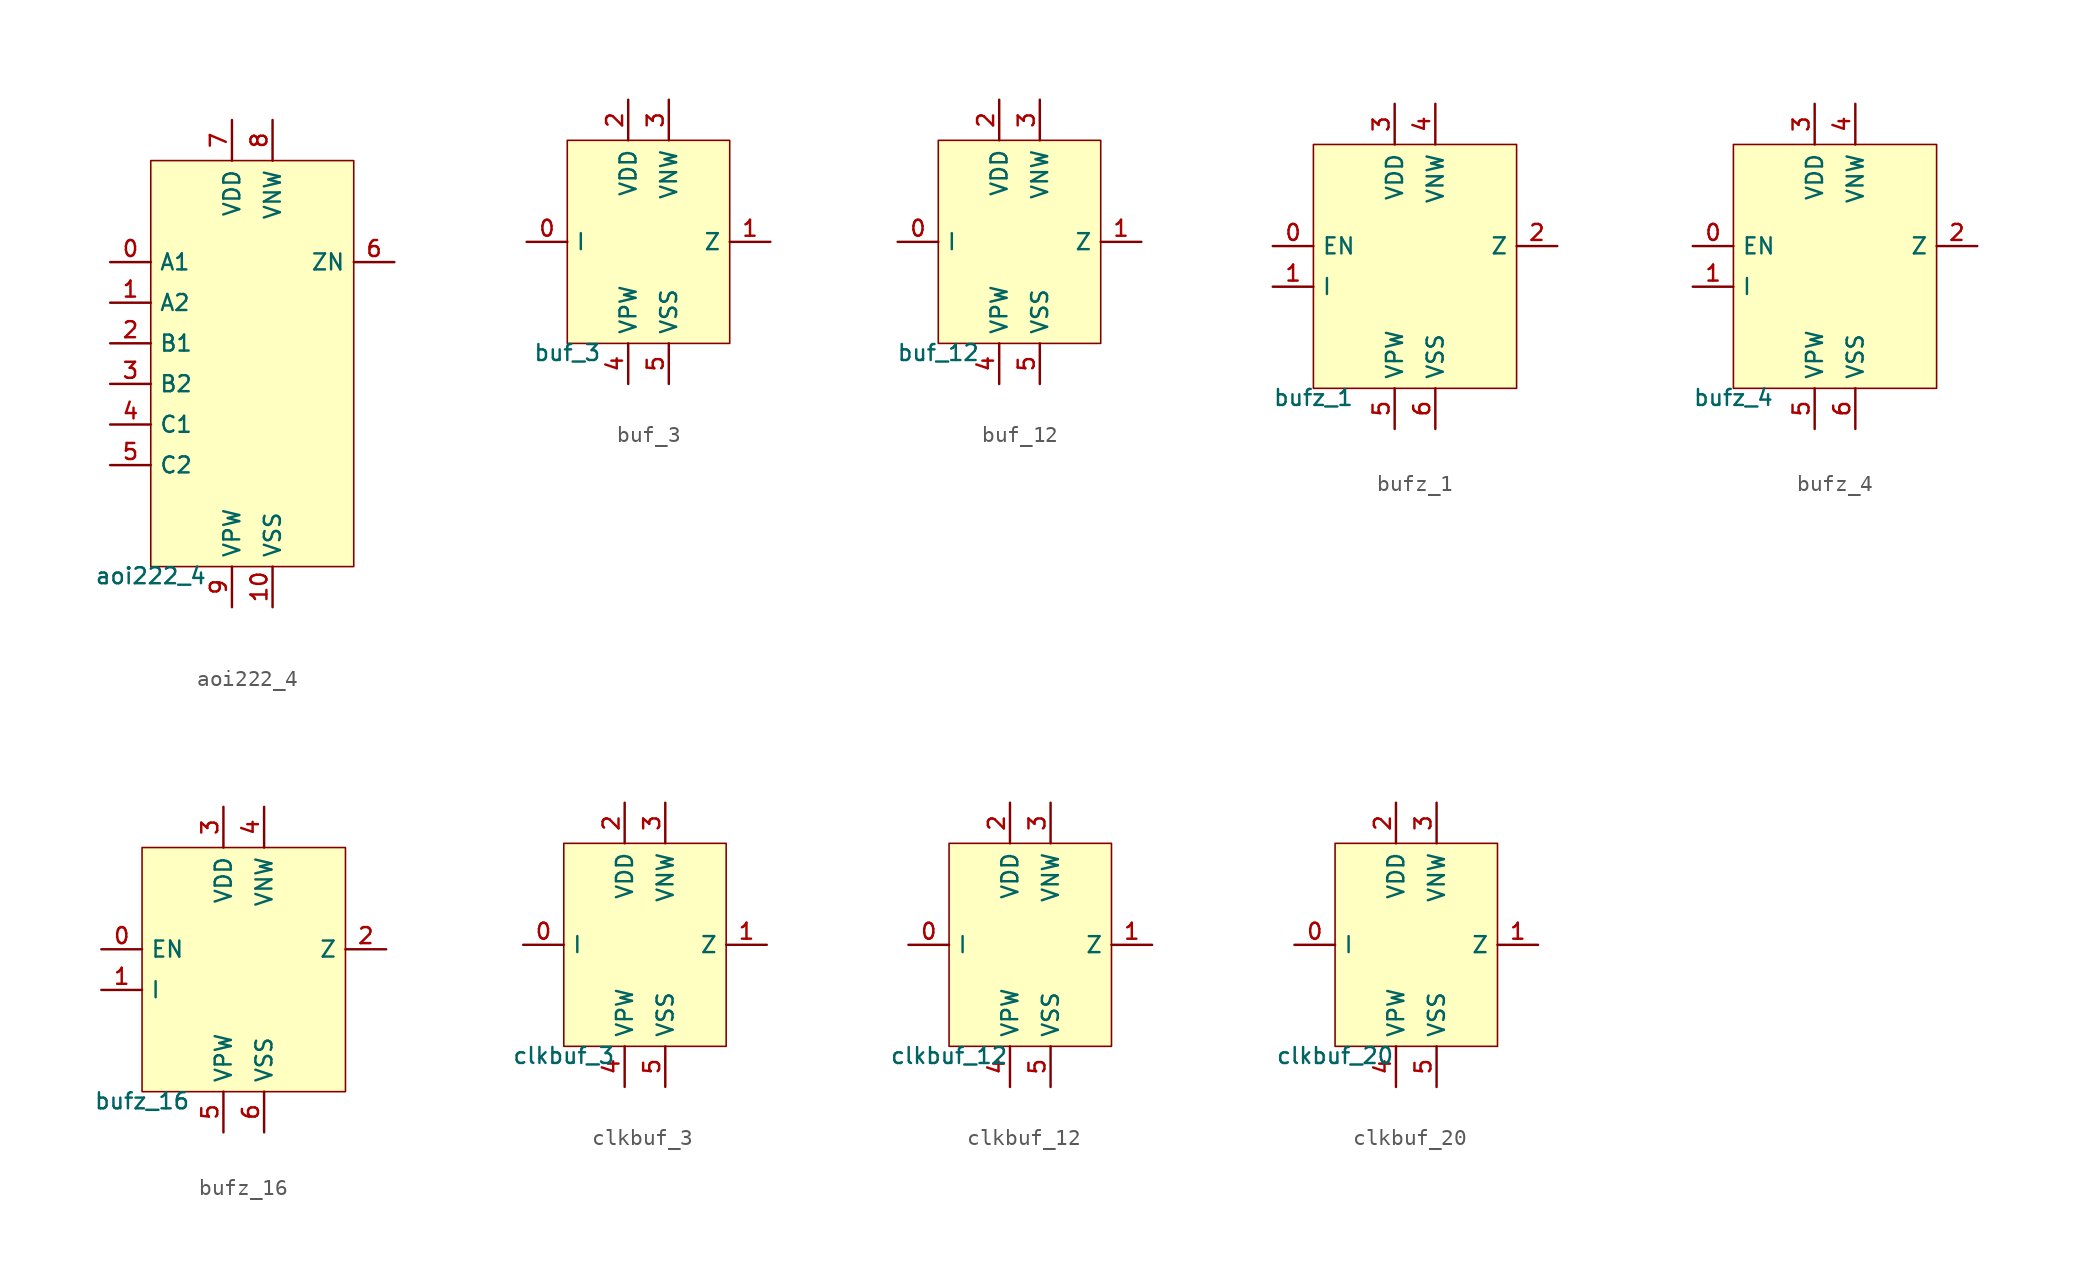
<source format=kicad_sym>
(kicad_symbol_lib
  (version 20211014)
  (generator pdk2kicad)
  (symbol "aoi222_4"
    (property "Reference" "X"
      (at 0 0 0)
      (effects (font (size 1 1)) hide))
    (property "Value" "aoi222_4"
      (at -6.35 -12.7 0)
      (effects (font (size 1 1)) (justify top)))
    (rectangle
      (start -6.35 -12.7)
      (end 6.35 12.7)
      (stroke (width 0.1) (type solid) (color 0 0 0 0))
      (fill (type background)))
    (pin input line
      (at -8.89 6.35 0)
      (length 2.54)
      (name "A1" (effects (font (size 1 1)) hide))
      (number "0" (effects (font (size 1 1)) hide)))
    (pin input line
      (at -8.89 3.81 0)
      (length 2.54)
      (name "A2" (effects (font (size 1 1)) hide))
      (number "1" (effects (font (size 1 1)) hide)))
    (pin input line
      (at -8.89 1.27 0)
      (length 2.54)
      (name "B1" (effects (font (size 1 1)) hide))
      (number "2" (effects (font (size 1 1)) hide)))
    (pin input line
      (at -8.89 -1.27 0)
      (length 2.54)
      (name "B2" (effects (font (size 1 1)) hide))
      (number "3" (effects (font (size 1 1)) hide)))
    (pin input line
      (at -8.89 -3.81 0)
      (length 2.54)
      (name "C1" (effects (font (size 1 1)) hide))
      (number "4" (effects (font (size 1 1)) hide)))
    (pin input line
      (at -8.89 -6.35 0)
      (length 2.54)
      (name "C2" (effects (font (size 1 1)) hide))
      (number "5" (effects (font (size 1 1)) hide)))
    (pin output line
      (at 8.89 6.35 180)
      (length 2.54)
      (name "ZN" (effects (font (size 1 1)) hide))
      (number "6" (effects (font (size 1 1)) hide)))
    (pin power_in line
      (at -1.27 15.24 270)
      (length 2.54)
      (name "VDD" (effects (font (size 1 1)) hide))
      (number "7" (effects (font (size 1 1)) hide)))
    (pin power_in line
      (at 1.27 15.24 270)
      (length 2.54)
      (name "VNW" (effects (font (size 1 1)) hide))
      (number "8" (effects (font (size 1 1)) hide)))
    (pin power_in line
      (at -1.27 -15.24 90)
      (length 2.54)
      (name "VPW" (effects (font (size 1 1)) hide))
      (number "9" (effects (font (size 1 1)) hide)))
    (pin power_in line
      (at 1.27 -15.24 90)
      (length 2.54)
      (name "VSS" (effects (font (size 1 1)) hide))
      (number "10" (effects (font (size 1 1)) hide))))
  (symbol "buf_3"
    (property "Reference" "X"
      (at 0 0 0)
      (effects (font (size 1 1)) hide))
    (property "Value" "buf_3"
      (at -5.08 -6.35 0)
      (effects (font (size 1 1)) (justify top)))
    (rectangle
      (start -5.08 -6.35)
      (end 5.08 6.35)
      (stroke (width 0.1) (type solid) (color 0 0 0 0))
      (fill (type background)))
    (pin input line
      (at -7.62 -4.440892098500626e-16 0)
      (length 2.54)
      (name "I" (effects (font (size 1 1)) hide))
      (number "0" (effects (font (size 1 1)) hide)))
    (pin output line
      (at 7.62 -4.440892098500626e-16 180)
      (length 2.54)
      (name "Z" (effects (font (size 1 1)) hide))
      (number "1" (effects (font (size 1 1)) hide)))
    (pin power_in line
      (at -1.27 8.89 270)
      (length 2.54)
      (name "VDD" (effects (font (size 1 1)) hide))
      (number "2" (effects (font (size 1 1)) hide)))
    (pin power_in line
      (at 1.27 8.89 270)
      (length 2.54)
      (name "VNW" (effects (font (size 1 1)) hide))
      (number "3" (effects (font (size 1 1)) hide)))
    (pin power_in line
      (at -1.27 -8.89 90)
      (length 2.54)
      (name "VPW" (effects (font (size 1 1)) hide))
      (number "4" (effects (font (size 1 1)) hide)))
    (pin power_in line
      (at 1.27 -8.89 90)
      (length 2.54)
      (name "VSS" (effects (font (size 1 1)) hide))
      (number "5" (effects (font (size 1 1)) hide))))
  (symbol "buf_12"
    (property "Reference" "X"
      (at 0 0 0)
      (effects (font (size 1 1)) hide))
    (property "Value" "buf_12"
      (at -5.08 -6.35 0)
      (effects (font (size 1 1)) (justify top)))
    (rectangle
      (start -5.08 -6.35)
      (end 5.08 6.35)
      (stroke (width 0.1) (type solid) (color 0 0 0 0))
      (fill (type background)))
    (pin input line
      (at -7.62 -4.440892098500626e-16 0)
      (length 2.54)
      (name "I" (effects (font (size 1 1)) hide))
      (number "0" (effects (font (size 1 1)) hide)))
    (pin output line
      (at 7.62 -4.440892098500626e-16 180)
      (length 2.54)
      (name "Z" (effects (font (size 1 1)) hide))
      (number "1" (effects (font (size 1 1)) hide)))
    (pin power_in line
      (at -1.27 8.89 270)
      (length 2.54)
      (name "VDD" (effects (font (size 1 1)) hide))
      (number "2" (effects (font (size 1 1)) hide)))
    (pin power_in line
      (at 1.27 8.89 270)
      (length 2.54)
      (name "VNW" (effects (font (size 1 1)) hide))
      (number "3" (effects (font (size 1 1)) hide)))
    (pin power_in line
      (at -1.27 -8.89 90)
      (length 2.54)
      (name "VPW" (effects (font (size 1 1)) hide))
      (number "4" (effects (font (size 1 1)) hide)))
    (pin power_in line
      (at 1.27 -8.89 90)
      (length 2.54)
      (name "VSS" (effects (font (size 1 1)) hide))
      (number "5" (effects (font (size 1 1)) hide))))
  (symbol "bufz_1"
    (property "Reference" "X"
      (at 0 0 0)
      (effects (font (size 1 1)) hide))
    (property "Value" "bufz_1"
      (at -6.35 -7.62 0)
      (effects (font (size 1 1)) (justify top)))
    (rectangle
      (start -6.35 -7.62)
      (end 6.35 7.62)
      (stroke (width 0.1) (type solid) (color 0 0 0 0))
      (fill (type background)))
    (pin input line
      (at -8.89 1.27 0)
      (length 2.54)
      (name "EN" (effects (font (size 1 1)) hide))
      (number "0" (effects (font (size 1 1)) hide)))
    (pin input line
      (at -8.89 -1.27 0)
      (length 2.54)
      (name "I" (effects (font (size 1 1)) hide))
      (number "1" (effects (font (size 1 1)) hide)))
    (pin output line
      (at 8.89 1.27 180)
      (length 2.54)
      (name "Z" (effects (font (size 1 1)) hide))
      (number "2" (effects (font (size 1 1)) hide)))
    (pin power_in line
      (at -1.27 10.16 270)
      (length 2.54)
      (name "VDD" (effects (font (size 1 1)) hide))
      (number "3" (effects (font (size 1 1)) hide)))
    (pin power_in line
      (at 1.27 10.16 270)
      (length 2.54)
      (name "VNW" (effects (font (size 1 1)) hide))
      (number "4" (effects (font (size 1 1)) hide)))
    (pin power_in line
      (at -1.27 -10.16 90)
      (length 2.54)
      (name "VPW" (effects (font (size 1 1)) hide))
      (number "5" (effects (font (size 1 1)) hide)))
    (pin power_in line
      (at 1.27 -10.16 90)
      (length 2.54)
      (name "VSS" (effects (font (size 1 1)) hide))
      (number "6" (effects (font (size 1 1)) hide))))
  (symbol "bufz_4"
    (property "Reference" "X"
      (at 0 0 0)
      (effects (font (size 1 1)) hide))
    (property "Value" "bufz_4"
      (at -6.35 -7.62 0)
      (effects (font (size 1 1)) (justify top)))
    (rectangle
      (start -6.35 -7.62)
      (end 6.35 7.62)
      (stroke (width 0.1) (type solid) (color 0 0 0 0))
      (fill (type background)))
    (pin input line
      (at -8.89 1.27 0)
      (length 2.54)
      (name "EN" (effects (font (size 1 1)) hide))
      (number "0" (effects (font (size 1 1)) hide)))
    (pin input line
      (at -8.89 -1.27 0)
      (length 2.54)
      (name "I" (effects (font (size 1 1)) hide))
      (number "1" (effects (font (size 1 1)) hide)))
    (pin output line
      (at 8.89 1.27 180)
      (length 2.54)
      (name "Z" (effects (font (size 1 1)) hide))
      (number "2" (effects (font (size 1 1)) hide)))
    (pin power_in line
      (at -1.27 10.16 270)
      (length 2.54)
      (name "VDD" (effects (font (size 1 1)) hide))
      (number "3" (effects (font (size 1 1)) hide)))
    (pin power_in line
      (at 1.27 10.16 270)
      (length 2.54)
      (name "VNW" (effects (font (size 1 1)) hide))
      (number "4" (effects (font (size 1 1)) hide)))
    (pin power_in line
      (at -1.27 -10.16 90)
      (length 2.54)
      (name "VPW" (effects (font (size 1 1)) hide))
      (number "5" (effects (font (size 1 1)) hide)))
    (pin power_in line
      (at 1.27 -10.16 90)
      (length 2.54)
      (name "VSS" (effects (font (size 1 1)) hide))
      (number "6" (effects (font (size 1 1)) hide))))
  (symbol "bufz_16"
    (property "Reference" "X"
      (at 0 0 0)
      (effects (font (size 1 1)) hide))
    (property "Value" "bufz_16"
      (at -6.35 -7.62 0)
      (effects (font (size 1 1)) (justify top)))
    (rectangle
      (start -6.35 -7.62)
      (end 6.35 7.62)
      (stroke (width 0.1) (type solid) (color 0 0 0 0))
      (fill (type background)))
    (pin input line
      (at -8.89 1.27 0)
      (length 2.54)
      (name "EN" (effects (font (size 1 1)) hide))
      (number "0" (effects (font (size 1 1)) hide)))
    (pin input line
      (at -8.89 -1.27 0)
      (length 2.54)
      (name "I" (effects (font (size 1 1)) hide))
      (number "1" (effects (font (size 1 1)) hide)))
    (pin output line
      (at 8.89 1.27 180)
      (length 2.54)
      (name "Z" (effects (font (size 1 1)) hide))
      (number "2" (effects (font (size 1 1)) hide)))
    (pin power_in line
      (at -1.27 10.16 270)
      (length 2.54)
      (name "VDD" (effects (font (size 1 1)) hide))
      (number "3" (effects (font (size 1 1)) hide)))
    (pin power_in line
      (at 1.27 10.16 270)
      (length 2.54)
      (name "VNW" (effects (font (size 1 1)) hide))
      (number "4" (effects (font (size 1 1)) hide)))
    (pin power_in line
      (at -1.27 -10.16 90)
      (length 2.54)
      (name "VPW" (effects (font (size 1 1)) hide))
      (number "5" (effects (font (size 1 1)) hide)))
    (pin power_in line
      (at 1.27 -10.16 90)
      (length 2.54)
      (name "VSS" (effects (font (size 1 1)) hide))
      (number "6" (effects (font (size 1 1)) hide))))
  (symbol "clkbuf_3"
    (property "Reference" "X"
      (at 0 0 0)
      (effects (font (size 1 1)) hide))
    (property "Value" "clkbuf_3"
      (at -5.08 -6.35 0)
      (effects (font (size 1 1)) (justify top)))
    (rectangle
      (start -5.08 -6.35)
      (end 5.08 6.35)
      (stroke (width 0.1) (type solid) (color 0 0 0 0))
      (fill (type background)))
    (pin input line
      (at -7.62 -4.440892098500626e-16 0)
      (length 2.54)
      (name "I" (effects (font (size 1 1)) hide))
      (number "0" (effects (font (size 1 1)) hide)))
    (pin output line
      (at 7.62 -4.440892098500626e-16 180)
      (length 2.54)
      (name "Z" (effects (font (size 1 1)) hide))
      (number "1" (effects (font (size 1 1)) hide)))
    (pin power_in line
      (at -1.27 8.89 270)
      (length 2.54)
      (name "VDD" (effects (font (size 1 1)) hide))
      (number "2" (effects (font (size 1 1)) hide)))
    (pin power_in line
      (at 1.27 8.89 270)
      (length 2.54)
      (name "VNW" (effects (font (size 1 1)) hide))
      (number "3" (effects (font (size 1 1)) hide)))
    (pin power_in line
      (at -1.27 -8.89 90)
      (length 2.54)
      (name "VPW" (effects (font (size 1 1)) hide))
      (number "4" (effects (font (size 1 1)) hide)))
    (pin power_in line
      (at 1.27 -8.89 90)
      (length 2.54)
      (name "VSS" (effects (font (size 1 1)) hide))
      (number "5" (effects (font (size 1 1)) hide))))
  (symbol "clkbuf_12"
    (property "Reference" "X"
      (at 0 0 0)
      (effects (font (size 1 1)) hide))
    (property "Value" "clkbuf_12"
      (at -5.08 -6.35 0)
      (effects (font (size 1 1)) (justify top)))
    (rectangle
      (start -5.08 -6.35)
      (end 5.08 6.35)
      (stroke (width 0.1) (type solid) (color 0 0 0 0))
      (fill (type background)))
    (pin input line
      (at -7.62 -4.440892098500626e-16 0)
      (length 2.54)
      (name "I" (effects (font (size 1 1)) hide))
      (number "0" (effects (font (size 1 1)) hide)))
    (pin output line
      (at 7.62 -4.440892098500626e-16 180)
      (length 2.54)
      (name "Z" (effects (font (size 1 1)) hide))
      (number "1" (effects (font (size 1 1)) hide)))
    (pin power_in line
      (at -1.27 8.89 270)
      (length 2.54)
      (name "VDD" (effects (font (size 1 1)) hide))
      (number "2" (effects (font (size 1 1)) hide)))
    (pin power_in line
      (at 1.27 8.89 270)
      (length 2.54)
      (name "VNW" (effects (font (size 1 1)) hide))
      (number "3" (effects (font (size 1 1)) hide)))
    (pin power_in line
      (at -1.27 -8.89 90)
      (length 2.54)
      (name "VPW" (effects (font (size 1 1)) hide))
      (number "4" (effects (font (size 1 1)) hide)))
    (pin power_in line
      (at 1.27 -8.89 90)
      (length 2.54)
      (name "VSS" (effects (font (size 1 1)) hide))
      (number "5" (effects (font (size 1 1)) hide))))
  (symbol "clkbuf_20"
    (property "Reference" "X"
      (at 0 0 0)
      (effects (font (size 1 1)) hide))
    (property "Value" "clkbuf_20"
      (at -5.08 -6.35 0)
      (effects (font (size 1 1)) (justify top)))
    (rectangle
      (start -5.08 -6.35)
      (end 5.08 6.35)
      (stroke (width 0.1) (type solid) (color 0 0 0 0))
      (fill (type background)))
    (pin input line
      (at -7.62 -4.440892098500626e-16 0)
      (length 2.54)
      (name "I" (effects (font (size 1 1)) hide))
      (number "0" (effects (font (size 1 1)) hide)))
    (pin output line
      (at 7.62 -4.440892098500626e-16 180)
      (length 2.54)
      (name "Z" (effects (font (size 1 1)) hide))
      (number "1" (effects (font (size 1 1)) hide)))
    (pin power_in line
      (at -1.27 8.89 270)
      (length 2.54)
      (name "VDD" (effects (font (size 1 1)) hide))
      (number "2" (effects (font (size 1 1)) hide)))
    (pin power_in line
      (at 1.27 8.89 270)
      (length 2.54)
      (name "VNW" (effects (font (size 1 1)) hide))
      (number "3" (effects (font (size 1 1)) hide)))
    (pin power_in line
      (at -1.27 -8.89 90)
      (length 2.54)
      (name "VPW" (effects (font (size 1 1)) hide))
      (number "4" (effects (font (size 1 1)) hide)))
    (pin power_in line
      (at 1.27 -8.89 90)
      (length 2.54)
      (name "VSS" (effects (font (size 1 1)) hide))
      (number "5" (effects (font (size 1 1)) hide)))))
</source>
